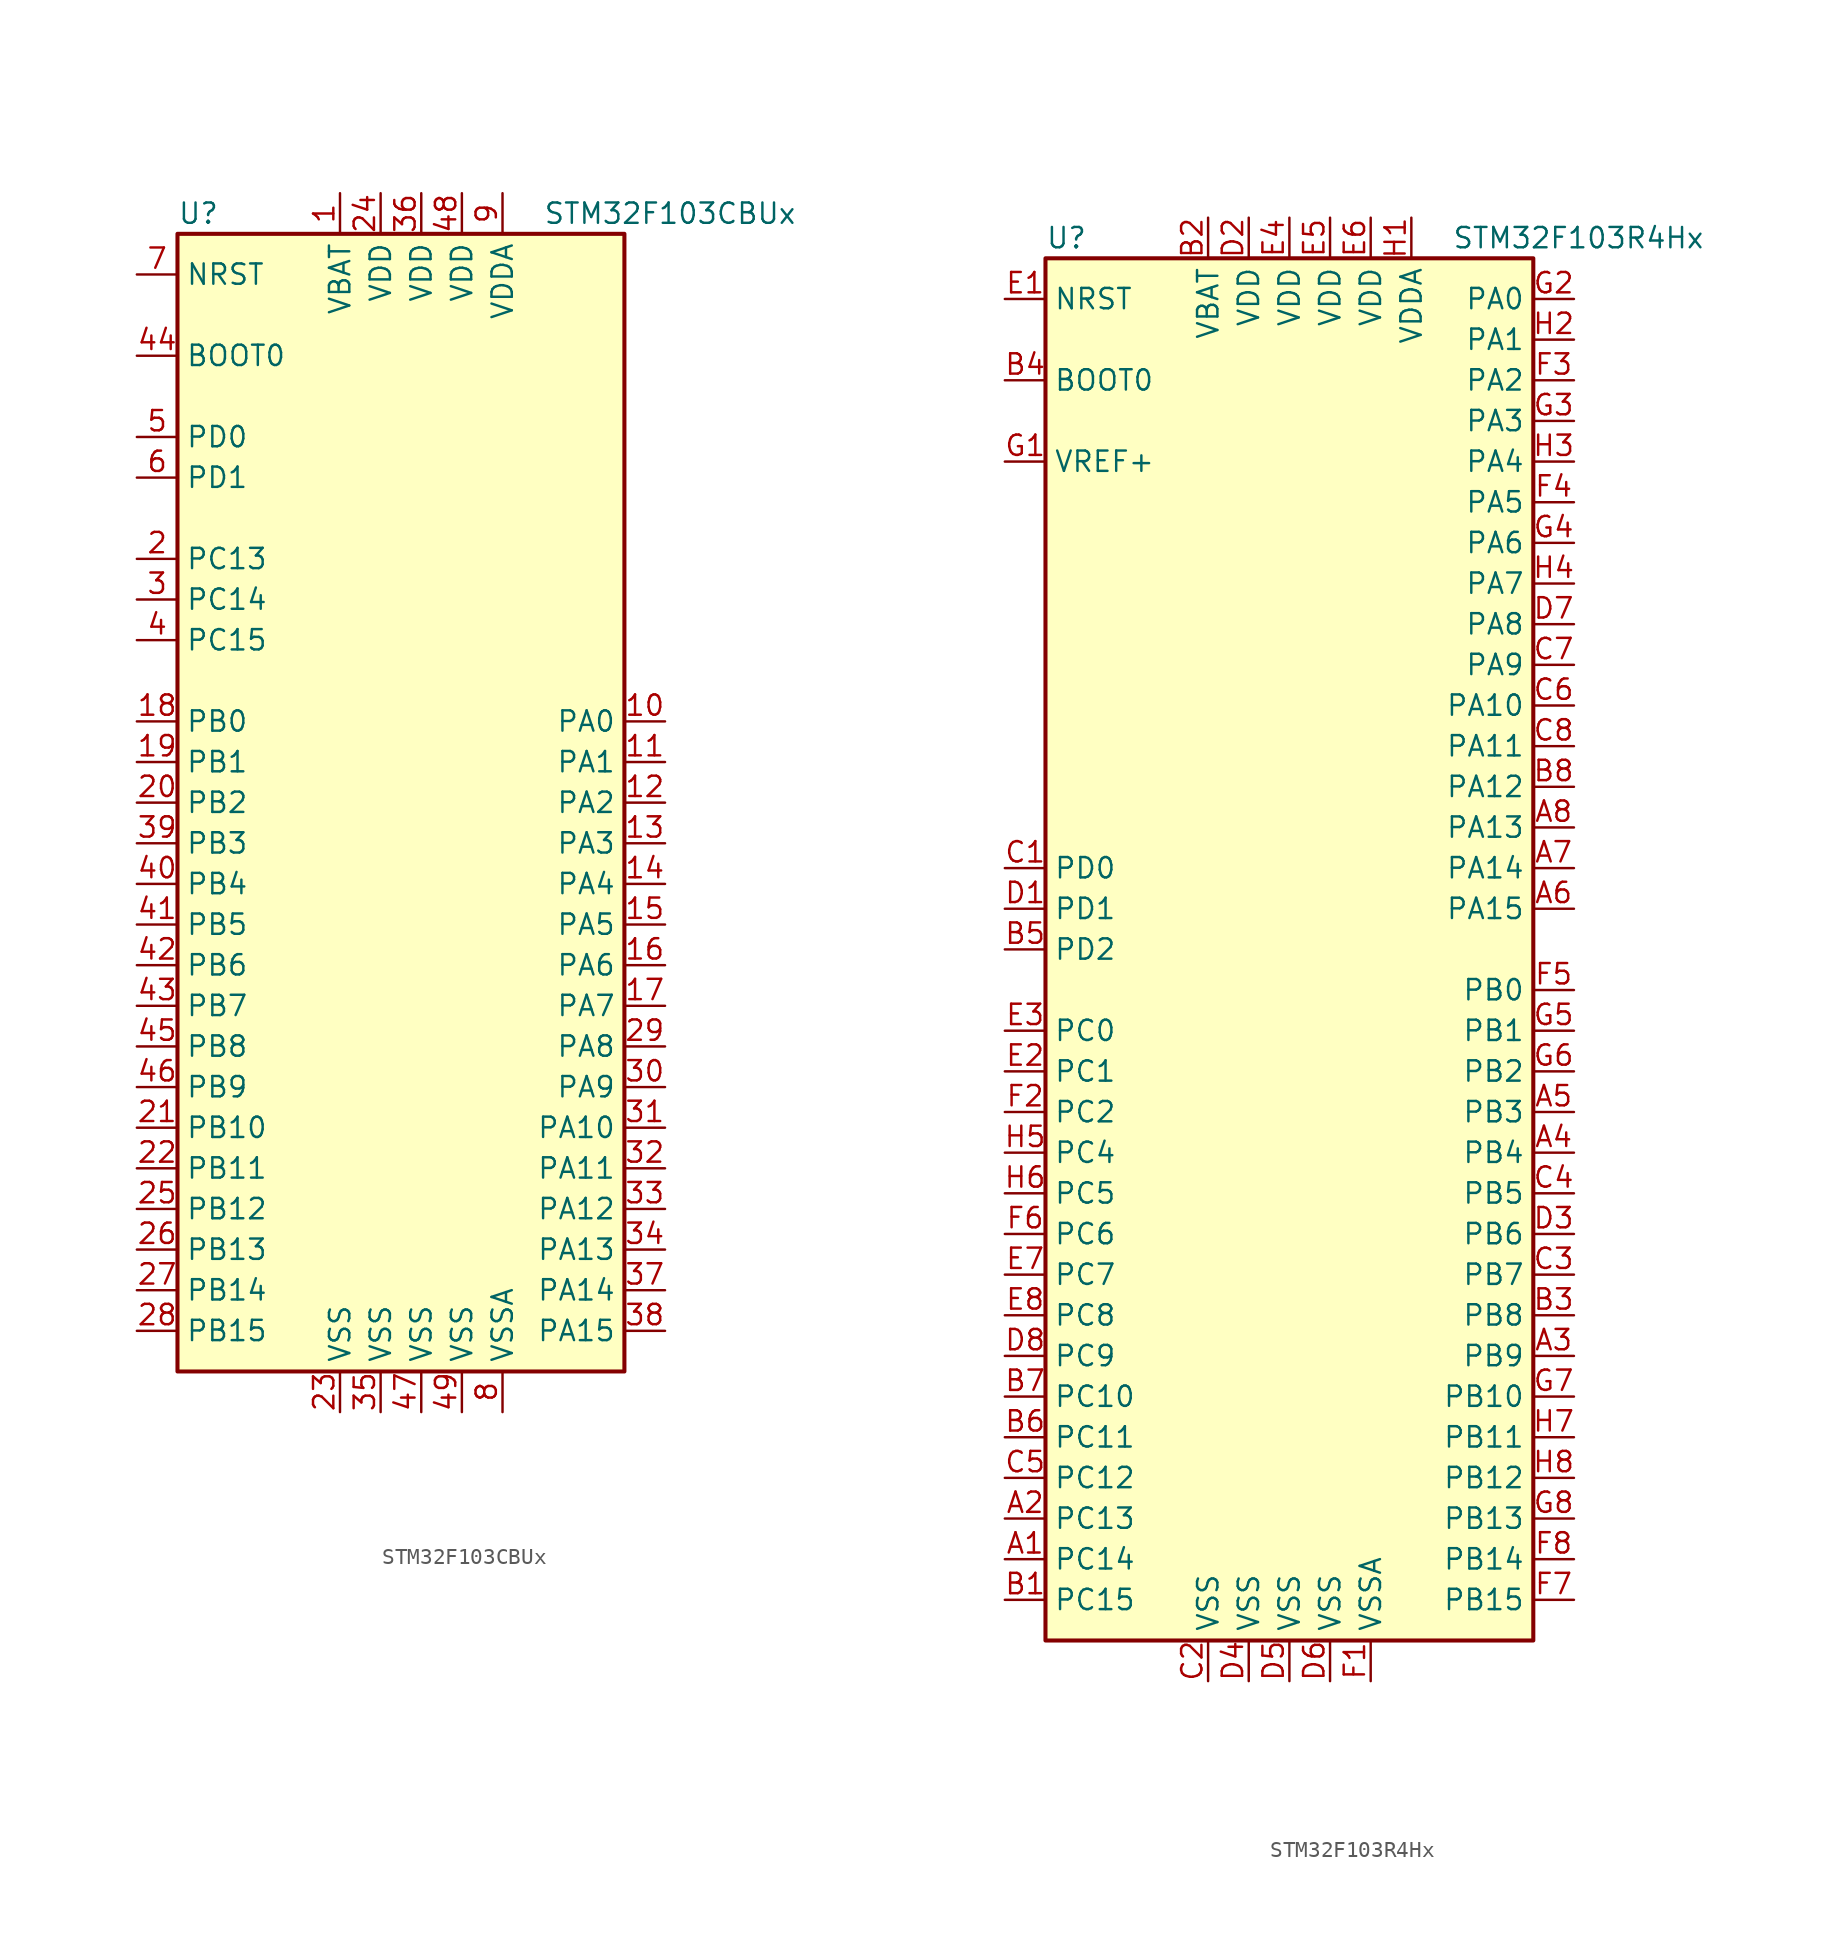
<source format=kicad_sym>
(kicad_symbol_lib
  (version 20201005)
  (generator kicad_symbol_editor)
  (symbol "STM32F103CBUx"
    (property "Reference" "U"
      (at -15.24 36.83 0)
      (effects (font (size 1.27 1.27)) (justify left)))
    (property "Value" "STM32F103CBUx"
      (at 7.62 36.83 0)
      (effects (font (size 1.27 1.27)) (justify left)))
    (symbol "STM32F103CBUx_0_1"
      (rectangle (start -15.24 -35.56) (end 12.7 35.56) (stroke (width 0.254)) (fill (type background))))
    (symbol "STM32F103CBUx_1_1"
      (pin power_in line (at -5.08 38.1 270) (length 2.54) (name "VBAT" (effects (font (size 1.27 1.27)))) (number "1" (effects (font (size 1.27 1.27)))))
      (pin bidirectional line (at 15.24 5.08 180) (length 2.54) (name "PA0" (effects (font (size 1.27 1.27)))) (number "10" (effects (font (size 1.27 1.27)))))
      (pin bidirectional line (at 15.24 2.54 180) (length 2.54) (name "PA1" (effects (font (size 1.27 1.27)))) (number "11" (effects (font (size 1.27 1.27)))))
      (pin bidirectional line (at 15.24 0 180) (length 2.54) (name "PA2" (effects (font (size 1.27 1.27)))) (number "12" (effects (font (size 1.27 1.27)))))
      (pin bidirectional line (at 15.24 -2.54 180) (length 2.54) (name "PA3" (effects (font (size 1.27 1.27)))) (number "13" (effects (font (size 1.27 1.27)))))
      (pin bidirectional line (at 15.24 -5.08 180) (length 2.54) (name "PA4" (effects (font (size 1.27 1.27)))) (number "14" (effects (font (size 1.27 1.27)))))
      (pin bidirectional line (at 15.24 -7.62 180) (length 2.54) (name "PA5" (effects (font (size 1.27 1.27)))) (number "15" (effects (font (size 1.27 1.27)))))
      (pin bidirectional line (at 15.24 -10.16 180) (length 2.54) (name "PA6" (effects (font (size 1.27 1.27)))) (number "16" (effects (font (size 1.27 1.27)))))
      (pin bidirectional line (at 15.24 -12.7 180) (length 2.54) (name "PA7" (effects (font (size 1.27 1.27)))) (number "17" (effects (font (size 1.27 1.27)))))
      (pin bidirectional line (at -17.78 5.08 0) (length 2.54) (name "PB0" (effects (font (size 1.27 1.27)))) (number "18" (effects (font (size 1.27 1.27)))))
      (pin bidirectional line (at -17.78 2.54 0) (length 2.54) (name "PB1" (effects (font (size 1.27 1.27)))) (number "19" (effects (font (size 1.27 1.27)))))
      (pin bidirectional line (at -17.78 15.24 0) (length 2.54) (name "PC13" (effects (font (size 1.27 1.27)))) (number "2" (effects (font (size 1.27 1.27)))))
      (pin bidirectional line (at -17.78 0 0) (length 2.54) (name "PB2" (effects (font (size 1.27 1.27)))) (number "20" (effects (font (size 1.27 1.27)))))
      (pin bidirectional line (at -17.78 -20.32 0) (length 2.54) (name "PB10" (effects (font (size 1.27 1.27)))) (number "21" (effects (font (size 1.27 1.27)))))
      (pin bidirectional line (at -17.78 -22.86 0) (length 2.54) (name "PB11" (effects (font (size 1.27 1.27)))) (number "22" (effects (font (size 1.27 1.27)))))
      (pin power_in line (at -5.08 -38.1 90) (length 2.54) (name "VSS" (effects (font (size 1.27 1.27)))) (number "23" (effects (font (size 1.27 1.27)))))
      (pin power_in line (at -2.54 38.1 270) (length 2.54) (name "VDD" (effects (font (size 1.27 1.27)))) (number "24" (effects (font (size 1.27 1.27)))))
      (pin bidirectional line (at -17.78 -25.4 0) (length 2.54) (name "PB12" (effects (font (size 1.27 1.27)))) (number "25" (effects (font (size 1.27 1.27)))))
      (pin bidirectional line (at -17.78 -27.94 0) (length 2.54) (name "PB13" (effects (font (size 1.27 1.27)))) (number "26" (effects (font (size 1.27 1.27)))))
      (pin bidirectional line (at -17.78 -30.48 0) (length 2.54) (name "PB14" (effects (font (size 1.27 1.27)))) (number "27" (effects (font (size 1.27 1.27)))))
      (pin bidirectional line (at -17.78 -33.02 0) (length 2.54) (name "PB15" (effects (font (size 1.27 1.27)))) (number "28" (effects (font (size 1.27 1.27)))))
      (pin bidirectional line (at 15.24 -15.24 180) (length 2.54) (name "PA8" (effects (font (size 1.27 1.27)))) (number "29" (effects (font (size 1.27 1.27)))))
      (pin bidirectional line (at -17.78 12.7 0) (length 2.54) (name "PC14" (effects (font (size 1.27 1.27)))) (number "3" (effects (font (size 1.27 1.27)))))
      (pin bidirectional line (at 15.24 -17.78 180) (length 2.54) (name "PA9" (effects (font (size 1.27 1.27)))) (number "30" (effects (font (size 1.27 1.27)))))
      (pin bidirectional line (at 15.24 -20.32 180) (length 2.54) (name "PA10" (effects (font (size 1.27 1.27)))) (number "31" (effects (font (size 1.27 1.27)))))
      (pin bidirectional line (at 15.24 -22.86 180) (length 2.54) (name "PA11" (effects (font (size 1.27 1.27)))) (number "32" (effects (font (size 1.27 1.27)))))
      (pin bidirectional line (at 15.24 -25.4 180) (length 2.54) (name "PA12" (effects (font (size 1.27 1.27)))) (number "33" (effects (font (size 1.27 1.27)))))
      (pin bidirectional line (at 15.24 -27.94 180) (length 2.54) (name "PA13" (effects (font (size 1.27 1.27)))) (number "34" (effects (font (size 1.27 1.27)))))
      (pin power_in line (at -2.54 -38.1 90) (length 2.54) (name "VSS" (effects (font (size 1.27 1.27)))) (number "35" (effects (font (size 1.27 1.27)))))
      (pin power_in line (at 0 38.1 270) (length 2.54) (name "VDD" (effects (font (size 1.27 1.27)))) (number "36" (effects (font (size 1.27 1.27)))))
      (pin bidirectional line (at 15.24 -30.48 180) (length 2.54) (name "PA14" (effects (font (size 1.27 1.27)))) (number "37" (effects (font (size 1.27 1.27)))))
      (pin bidirectional line (at 15.24 -33.02 180) (length 2.54) (name "PA15" (effects (font (size 1.27 1.27)))) (number "38" (effects (font (size 1.27 1.27)))))
      (pin bidirectional line (at -17.78 -2.54 0) (length 2.54) (name "PB3" (effects (font (size 1.27 1.27)))) (number "39" (effects (font (size 1.27 1.27)))))
      (pin bidirectional line (at -17.78 10.16 0) (length 2.54) (name "PC15" (effects (font (size 1.27 1.27)))) (number "4" (effects (font (size 1.27 1.27)))))
      (pin bidirectional line (at -17.78 -5.08 0) (length 2.54) (name "PB4" (effects (font (size 1.27 1.27)))) (number "40" (effects (font (size 1.27 1.27)))))
      (pin bidirectional line (at -17.78 -7.62 0) (length 2.54) (name "PB5" (effects (font (size 1.27 1.27)))) (number "41" (effects (font (size 1.27 1.27)))))
      (pin bidirectional line (at -17.78 -10.16 0) (length 2.54) (name "PB6" (effects (font (size 1.27 1.27)))) (number "42" (effects (font (size 1.27 1.27)))))
      (pin bidirectional line (at -17.78 -12.7 0) (length 2.54) (name "PB7" (effects (font (size 1.27 1.27)))) (number "43" (effects (font (size 1.27 1.27)))))
      (pin input line (at -17.78 27.94 0) (length 2.54) (name "BOOT0" (effects (font (size 1.27 1.27)))) (number "44" (effects (font (size 1.27 1.27)))))
      (pin bidirectional line (at -17.78 -15.24 0) (length 2.54) (name "PB8" (effects (font (size 1.27 1.27)))) (number "45" (effects (font (size 1.27 1.27)))))
      (pin bidirectional line (at -17.78 -17.78 0) (length 2.54) (name "PB9" (effects (font (size 1.27 1.27)))) (number "46" (effects (font (size 1.27 1.27)))))
      (pin power_in line (at 0 -38.1 90) (length 2.54) (name "VSS" (effects (font (size 1.27 1.27)))) (number "47" (effects (font (size 1.27 1.27)))))
      (pin power_in line (at 2.54 38.1 270) (length 2.54) (name "VDD" (effects (font (size 1.27 1.27)))) (number "48" (effects (font (size 1.27 1.27)))))
      (pin power_in line (at 2.54 -38.1 90) (length 2.54) (name "VSS" (effects (font (size 1.27 1.27)))) (number "49" (effects (font (size 1.27 1.27)))))
      (pin input line (at -17.78 22.86 0) (length 2.54) (name "PD0" (effects (font (size 1.27 1.27)))) (number "5" (effects (font (size 1.27 1.27)))))
      (pin input line (at -17.78 20.32 0) (length 2.54) (name "PD1" (effects (font (size 1.27 1.27)))) (number "6" (effects (font (size 1.27 1.27)))))
      (pin input line (at -17.78 33.02 0) (length 2.54) (name "NRST" (effects (font (size 1.27 1.27)))) (number "7" (effects (font (size 1.27 1.27)))))
      (pin power_in line (at 5.08 -38.1 90) (length 2.54) (name "VSSA" (effects (font (size 1.27 1.27)))) (number "8" (effects (font (size 1.27 1.27)))))
      (pin power_in line (at 5.08 38.1 270) (length 2.54) (name "VDDA" (effects (font (size 1.27 1.27)))) (number "9" (effects (font (size 1.27 1.27)))))))
  (symbol "STM32F103R4Hx"
    (property "Reference" "U"
      (at -15.24 44.45 0)
      (effects (font (size 1.27 1.27)) (justify left)))
    (property "Value" "STM32F103R4Hx"
      (at 10.16 44.45 0)
      (effects (font (size 1.27 1.27)) (justify left)))
    (symbol "STM32F103R4Hx_0_1"
      (rectangle (start -15.24 -43.18) (end 15.24 43.18) (stroke (width 0.254)) (fill (type background))))
    (symbol "STM32F103R4Hx_1_1"
      (pin bidirectional line (at -17.78 -38.1 0) (length 2.54) (name "PC14" (effects (font (size 1.27 1.27)))) (number "A1" (effects (font (size 1.27 1.27)))))
      (pin bidirectional line (at -17.78 -35.56 0) (length 2.54) (name "PC13" (effects (font (size 1.27 1.27)))) (number "A2" (effects (font (size 1.27 1.27)))))
      (pin bidirectional line (at 17.78 -25.4 180) (length 2.54) (name "PB9" (effects (font (size 1.27 1.27)))) (number "A3" (effects (font (size 1.27 1.27)))))
      (pin bidirectional line (at 17.78 -12.7 180) (length 2.54) (name "PB4" (effects (font (size 1.27 1.27)))) (number "A4" (effects (font (size 1.27 1.27)))))
      (pin bidirectional line (at 17.78 -10.16 180) (length 2.54) (name "PB3" (effects (font (size 1.27 1.27)))) (number "A5" (effects (font (size 1.27 1.27)))))
      (pin bidirectional line (at 17.78 2.54 180) (length 2.54) (name "PA15" (effects (font (size 1.27 1.27)))) (number "A6" (effects (font (size 1.27 1.27)))))
      (pin bidirectional line (at 17.78 5.08 180) (length 2.54) (name "PA14" (effects (font (size 1.27 1.27)))) (number "A7" (effects (font (size 1.27 1.27)))))
      (pin bidirectional line (at 17.78 7.62 180) (length 2.54) (name "PA13" (effects (font (size 1.27 1.27)))) (number "A8" (effects (font (size 1.27 1.27)))))
      (pin bidirectional line (at -17.78 -40.64 0) (length 2.54) (name "PC15" (effects (font (size 1.27 1.27)))) (number "B1" (effects (font (size 1.27 1.27)))))
      (pin power_in line (at -5.08 45.72 270) (length 2.54) (name "VBAT" (effects (font (size 1.27 1.27)))) (number "B2" (effects (font (size 1.27 1.27)))))
      (pin bidirectional line (at 17.78 -22.86 180) (length 2.54) (name "PB8" (effects (font (size 1.27 1.27)))) (number "B3" (effects (font (size 1.27 1.27)))))
      (pin input line (at -17.78 35.56 0) (length 2.54) (name "BOOT0" (effects (font (size 1.27 1.27)))) (number "B4" (effects (font (size 1.27 1.27)))))
      (pin bidirectional line (at -17.78 0 0) (length 2.54) (name "PD2" (effects (font (size 1.27 1.27)))) (number "B5" (effects (font (size 1.27 1.27)))))
      (pin bidirectional line (at -17.78 -30.48 0) (length 2.54) (name "PC11" (effects (font (size 1.27 1.27)))) (number "B6" (effects (font (size 1.27 1.27)))))
      (pin bidirectional line (at -17.78 -27.94 0) (length 2.54) (name "PC10" (effects (font (size 1.27 1.27)))) (number "B7" (effects (font (size 1.27 1.27)))))
      (pin bidirectional line (at 17.78 10.16 180) (length 2.54) (name "PA12" (effects (font (size 1.27 1.27)))) (number "B8" (effects (font (size 1.27 1.27)))))
      (pin input line (at -17.78 5.08 0) (length 2.54) (name "PD0" (effects (font (size 1.27 1.27)))) (number "C1" (effects (font (size 1.27 1.27)))))
      (pin power_in line (at -5.08 -45.72 90) (length 2.54) (name "VSS" (effects (font (size 1.27 1.27)))) (number "C2" (effects (font (size 1.27 1.27)))))
      (pin bidirectional line (at 17.78 -20.32 180) (length 2.54) (name "PB7" (effects (font (size 1.27 1.27)))) (number "C3" (effects (font (size 1.27 1.27)))))
      (pin bidirectional line (at 17.78 -15.24 180) (length 2.54) (name "PB5" (effects (font (size 1.27 1.27)))) (number "C4" (effects (font (size 1.27 1.27)))))
      (pin bidirectional line (at -17.78 -33.02 0) (length 2.54) (name "PC12" (effects (font (size 1.27 1.27)))) (number "C5" (effects (font (size 1.27 1.27)))))
      (pin bidirectional line (at 17.78 15.24 180) (length 2.54) (name "PA10" (effects (font (size 1.27 1.27)))) (number "C6" (effects (font (size 1.27 1.27)))))
      (pin bidirectional line (at 17.78 17.78 180) (length 2.54) (name "PA9" (effects (font (size 1.27 1.27)))) (number "C7" (effects (font (size 1.27 1.27)))))
      (pin bidirectional line (at 17.78 12.7 180) (length 2.54) (name "PA11" (effects (font (size 1.27 1.27)))) (number "C8" (effects (font (size 1.27 1.27)))))
      (pin input line (at -17.78 2.54 0) (length 2.54) (name "PD1" (effects (font (size 1.27 1.27)))) (number "D1" (effects (font (size 1.27 1.27)))))
      (pin power_in line (at -2.54 45.72 270) (length 2.54) (name "VDD" (effects (font (size 1.27 1.27)))) (number "D2" (effects (font (size 1.27 1.27)))))
      (pin bidirectional line (at 17.78 -17.78 180) (length 2.54) (name "PB6" (effects (font (size 1.27 1.27)))) (number "D3" (effects (font (size 1.27 1.27)))))
      (pin power_in line (at -2.54 -45.72 90) (length 2.54) (name "VSS" (effects (font (size 1.27 1.27)))) (number "D4" (effects (font (size 1.27 1.27)))))
      (pin power_in line (at 0 -45.72 90) (length 2.54) (name "VSS" (effects (font (size 1.27 1.27)))) (number "D5" (effects (font (size 1.27 1.27)))))
      (pin power_in line (at 2.54 -45.72 90) (length 2.54) (name "VSS" (effects (font (size 1.27 1.27)))) (number "D6" (effects (font (size 1.27 1.27)))))
      (pin bidirectional line (at 17.78 20.32 180) (length 2.54) (name "PA8" (effects (font (size 1.27 1.27)))) (number "D7" (effects (font (size 1.27 1.27)))))
      (pin bidirectional line (at -17.78 -25.4 0) (length 2.54) (name "PC9" (effects (font (size 1.27 1.27)))) (number "D8" (effects (font (size 1.27 1.27)))))
      (pin input line (at -17.78 40.64 0) (length 2.54) (name "NRST" (effects (font (size 1.27 1.27)))) (number "E1" (effects (font (size 1.27 1.27)))))
      (pin bidirectional line (at -17.78 -7.62 0) (length 2.54) (name "PC1" (effects (font (size 1.27 1.27)))) (number "E2" (effects (font (size 1.27 1.27)))))
      (pin bidirectional line (at -17.78 -5.08 0) (length 2.54) (name "PC0" (effects (font (size 1.27 1.27)))) (number "E3" (effects (font (size 1.27 1.27)))))
      (pin power_in line (at 0 45.72 270) (length 2.54) (name "VDD" (effects (font (size 1.27 1.27)))) (number "E4" (effects (font (size 1.27 1.27)))))
      (pin power_in line (at 2.54 45.72 270) (length 2.54) (name "VDD" (effects (font (size 1.27 1.27)))) (number "E5" (effects (font (size 1.27 1.27)))))
      (pin power_in line (at 5.08 45.72 270) (length 2.54) (name "VDD" (effects (font (size 1.27 1.27)))) (number "E6" (effects (font (size 1.27 1.27)))))
      (pin bidirectional line (at -17.78 -20.32 0) (length 2.54) (name "PC7" (effects (font (size 1.27 1.27)))) (number "E7" (effects (font (size 1.27 1.27)))))
      (pin bidirectional line (at -17.78 -22.86 0) (length 2.54) (name "PC8" (effects (font (size 1.27 1.27)))) (number "E8" (effects (font (size 1.27 1.27)))))
      (pin power_in line (at 5.08 -45.72 90) (length 2.54) (name "VSSA" (effects (font (size 1.27 1.27)))) (number "F1" (effects (font (size 1.27 1.27)))))
      (pin bidirectional line (at -17.78 -10.16 0) (length 2.54) (name "PC2" (effects (font (size 1.27 1.27)))) (number "F2" (effects (font (size 1.27 1.27)))))
      (pin bidirectional line (at 17.78 35.56 180) (length 2.54) (name "PA2" (effects (font (size 1.27 1.27)))) (number "F3" (effects (font (size 1.27 1.27)))))
      (pin bidirectional line (at 17.78 27.94 180) (length 2.54) (name "PA5" (effects (font (size 1.27 1.27)))) (number "F4" (effects (font (size 1.27 1.27)))))
      (pin bidirectional line (at 17.78 -2.54 180) (length 2.54) (name "PB0" (effects (font (size 1.27 1.27)))) (number "F5" (effects (font (size 1.27 1.27)))))
      (pin bidirectional line (at -17.78 -17.78 0) (length 2.54) (name "PC6" (effects (font (size 1.27 1.27)))) (number "F6" (effects (font (size 1.27 1.27)))))
      (pin bidirectional line (at 17.78 -40.64 180) (length 2.54) (name "PB15" (effects (font (size 1.27 1.27)))) (number "F7" (effects (font (size 1.27 1.27)))))
      (pin bidirectional line (at 17.78 -38.1 180) (length 2.54) (name "PB14" (effects (font (size 1.27 1.27)))) (number "F8" (effects (font (size 1.27 1.27)))))
      (pin power_in line (at -17.78 30.48 0) (length 2.54) (name "VREF+" (effects (font (size 1.27 1.27)))) (number "G1" (effects (font (size 1.27 1.27)))))
      (pin bidirectional line (at 17.78 40.64 180) (length 2.54) (name "PA0" (effects (font (size 1.27 1.27)))) (number "G2" (effects (font (size 1.27 1.27)))))
      (pin bidirectional line (at 17.78 33.02 180) (length 2.54) (name "PA3" (effects (font (size 1.27 1.27)))) (number "G3" (effects (font (size 1.27 1.27)))))
      (pin bidirectional line (at 17.78 25.4 180) (length 2.54) (name "PA6" (effects (font (size 1.27 1.27)))) (number "G4" (effects (font (size 1.27 1.27)))))
      (pin bidirectional line (at 17.78 -5.08 180) (length 2.54) (name "PB1" (effects (font (size 1.27 1.27)))) (number "G5" (effects (font (size 1.27 1.27)))))
      (pin bidirectional line (at 17.78 -7.62 180) (length 2.54) (name "PB2" (effects (font (size 1.27 1.27)))) (number "G6" (effects (font (size 1.27 1.27)))))
      (pin bidirectional line (at 17.78 -27.94 180) (length 2.54) (name "PB10" (effects (font (size 1.27 1.27)))) (number "G7" (effects (font (size 1.27 1.27)))))
      (pin bidirectional line (at 17.78 -35.56 180) (length 2.54) (name "PB13" (effects (font (size 1.27 1.27)))) (number "G8" (effects (font (size 1.27 1.27)))))
      (pin power_in line (at 7.62 45.72 270) (length 2.54) (name "VDDA" (effects (font (size 1.27 1.27)))) (number "H1" (effects (font (size 1.27 1.27)))))
      (pin bidirectional line (at 17.78 38.1 180) (length 2.54) (name "PA1" (effects (font (size 1.27 1.27)))) (number "H2" (effects (font (size 1.27 1.27)))))
      (pin bidirectional line (at 17.78 30.48 180) (length 2.54) (name "PA4" (effects (font (size 1.27 1.27)))) (number "H3" (effects (font (size 1.27 1.27)))))
      (pin bidirectional line (at 17.78 22.86 180) (length 2.54) (name "PA7" (effects (font (size 1.27 1.27)))) (number "H4" (effects (font (size 1.27 1.27)))))
      (pin bidirectional line (at -17.78 -12.7 0) (length 2.54) (name "PC4" (effects (font (size 1.27 1.27)))) (number "H5" (effects (font (size 1.27 1.27)))))
      (pin bidirectional line (at -17.78 -15.24 0) (length 2.54) (name "PC5" (effects (font (size 1.27 1.27)))) (number "H6" (effects (font (size 1.27 1.27)))))
      (pin bidirectional line (at 17.78 -30.48 180) (length 2.54) (name "PB11" (effects (font (size 1.27 1.27)))) (number "H7" (effects (font (size 1.27 1.27)))))
      (pin bidirectional line (at 17.78 -33.02 180) (length 2.54) (name "PB12" (effects (font (size 1.27 1.27)))) (number "H8" (effects (font (size 1.27 1.27))))))))
</source>
